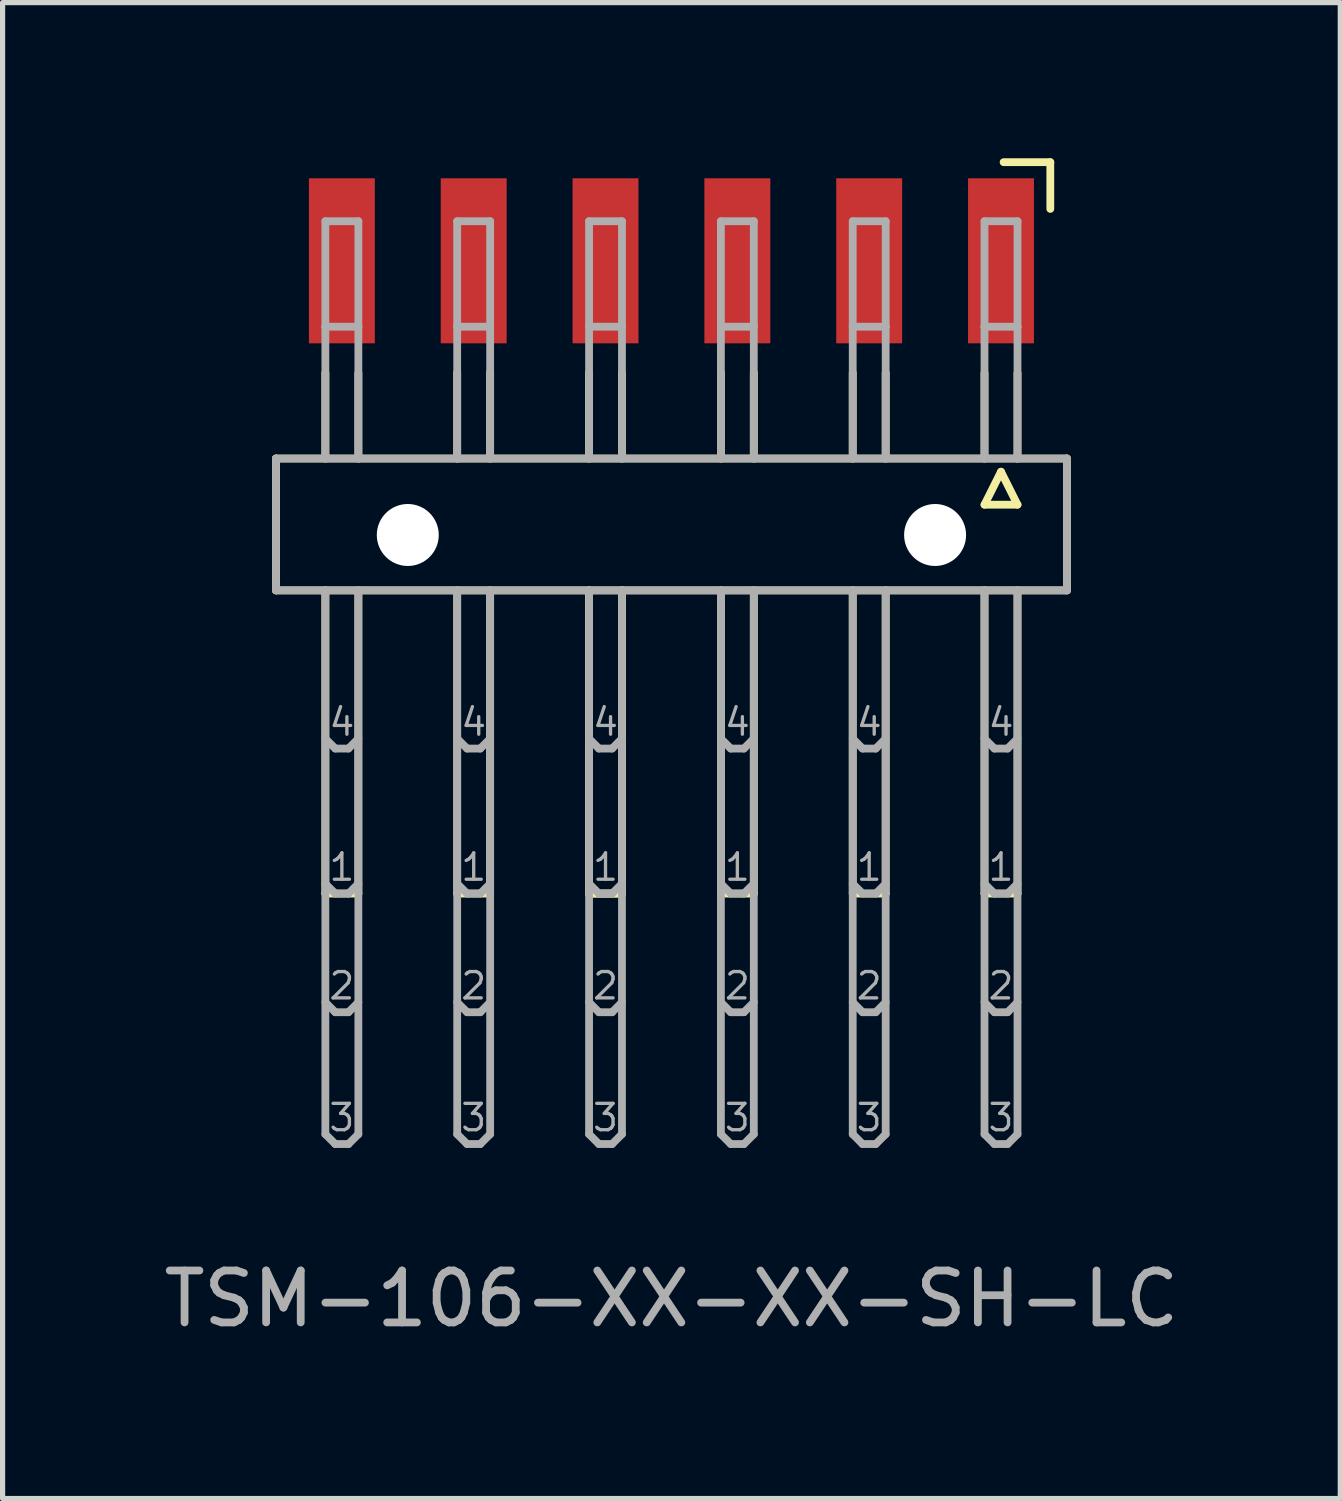
<source format=kicad_pcb>
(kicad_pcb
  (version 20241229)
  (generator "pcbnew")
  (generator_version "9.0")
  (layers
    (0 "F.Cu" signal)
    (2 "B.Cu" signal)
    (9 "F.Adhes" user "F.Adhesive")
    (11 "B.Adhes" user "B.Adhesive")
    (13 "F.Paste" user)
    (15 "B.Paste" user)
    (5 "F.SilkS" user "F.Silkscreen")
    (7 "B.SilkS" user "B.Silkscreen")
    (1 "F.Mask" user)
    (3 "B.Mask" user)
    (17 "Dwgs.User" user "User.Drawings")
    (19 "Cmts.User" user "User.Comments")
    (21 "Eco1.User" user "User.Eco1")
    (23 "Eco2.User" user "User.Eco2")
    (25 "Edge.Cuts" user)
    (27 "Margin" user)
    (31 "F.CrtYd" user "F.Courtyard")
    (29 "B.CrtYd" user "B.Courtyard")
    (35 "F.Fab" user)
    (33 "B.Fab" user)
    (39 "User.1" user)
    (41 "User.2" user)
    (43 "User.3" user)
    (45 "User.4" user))
  (footprint "TSM-106-XX-XX-SH-LC"
    (layer "F.Cu")
    (at 9.887 6.975)
    (property "Reference" "TSM-106-XX-XX-SH-LC" (at 0 15 0) (layer "F.Fab") (effects (font (size 1 1) (thickness 0.15))))
    (attr through_hole)
    (fp_line (start -7.62 -1.19) (end 7.62 -1.19) (stroke (width 0.15) (type solid)) (layer "F.SilkS"))
    (fp_line (start -7.62 1.35) (end -7.62 -1.19) (stroke (width 0.15) (type solid)) (layer "F.SilkS"))
    (fp_line (start -6.668 -1.19) (end -6.668 -2.841) (stroke (width 0.15) (type solid)) (layer "F.SilkS"))
    (fp_line (start -6.668 1.35) (end -6.668 7.192) (stroke (width 0.15) (type solid)) (layer "F.SilkS"))
    (fp_line (start -6.668 7.192) (end -6.032 7.192) (stroke (width 0.15) (type solid)) (layer "F.SilkS"))
    (fp_line (start -6.032 -2.841) (end -6.032 -1.19) (stroke (width 0.15) (type solid)) (layer "F.SilkS"))
    (fp_line (start -6.032 7.192) (end -6.032 1.35) (stroke (width 0.15) (type solid)) (layer "F.SilkS"))
    (fp_line (start -4.128 -2.841) (end -4.128 -1.19) (stroke (width 0.15) (type solid)) (layer "F.SilkS"))
    (fp_line (start -4.128 1.35) (end -4.128 7.192) (stroke (width 0.15) (type solid)) (layer "F.SilkS"))
    (fp_line (start -4.128 7.192) (end -3.493 7.192) (stroke (width 0.15) (type solid)) (layer "F.SilkS"))
    (fp_line (start -3.493 -2.841) (end -3.493 -1.19) (stroke (width 0.15) (type solid)) (layer "F.SilkS"))
    (fp_line (start -3.493 7.192) (end -3.493 1.35) (stroke (width 0.15) (type solid)) (layer "F.SilkS"))
    (fp_line (start -1.587 -2.841) (end -1.587 -1.19) (stroke (width 0.15) (type solid)) (layer "F.SilkS"))
    (fp_line (start -1.587 1.35) (end -1.587 7.192) (stroke (width 0.15) (type solid)) (layer "F.SilkS"))
    (fp_line (start -1.587 1.35) (end -1.587 7.192) (stroke (width 0.15) (type solid)) (layer "F.SilkS"))
    (fp_line (start -1.587 7.192) (end -0.953 7.192) (stroke (width 0.15) (type solid)) (layer "F.SilkS"))
    (fp_line (start -1.587 7.192) (end -0.953 7.192) (stroke (width 0.15) (type solid)) (layer "F.SilkS"))
    (fp_line (start -0.953 -1.19) (end -0.953 -2.841) (stroke (width 0.15) (type solid)) (layer "F.SilkS"))
    (fp_line (start -0.953 7.192) (end -0.953 1.35) (stroke (width 0.15) (type solid)) (layer "F.SilkS"))
    (fp_line (start -0.953 7.192) (end -0.953 1.35) (stroke (width 0.15) (type solid)) (layer "F.SilkS"))
    (fp_line (start 0.953 -2.841) (end 0.953 -1.19) (stroke (width 0.15) (type solid)) (layer "F.SilkS"))
    (fp_line (start 0.953 1.35) (end 0.953 7.192) (stroke (width 0.15) (type solid)) (layer "F.SilkS"))
    (fp_line (start 0.953 7.192) (end 1.587 7.192) (stroke (width 0.15) (type solid)) (layer "F.SilkS"))
    (fp_line (start 1.587 -1.19) (end 1.587 -2.841) (stroke (width 0.15) (type solid)) (layer "F.SilkS"))
    (fp_line (start 1.587 7.192) (end 1.587 1.35) (stroke (width 0.15) (type solid)) (layer "F.SilkS"))
    (fp_line (start 3.493 -2.841) (end 3.493 -1.19) (stroke (width 0.15) (type solid)) (layer "F.SilkS"))
    (fp_line (start 3.493 1.35) (end 3.493 7.192) (stroke (width 0.15) (type solid)) (layer "F.SilkS"))
    (fp_line (start 3.493 7.192) (end 4.128 7.192) (stroke (width 0.15) (type solid)) (layer "F.SilkS"))
    (fp_line (start 4.128 -1.19) (end 4.128 -2.841) (stroke (width 0.15) (type solid)) (layer "F.SilkS"))
    (fp_line (start 4.128 7.192) (end 4.128 1.35) (stroke (width 0.15) (type solid)) (layer "F.SilkS"))
    (fp_line (start 6.032 -2.841) (end 6.032 -1.19) (stroke (width 0.15) (type solid)) (layer "F.SilkS"))
    (fp_line (start 6.032 -0.301) (end 6.668 -0.301) (stroke (width 0.15) (type solid)) (layer "F.SilkS"))
    (fp_line (start 6.032 1.35) (end 6.032 7.192) (stroke (width 0.15) (type solid)) (layer "F.SilkS"))
    (fp_line (start 6.032 7.192) (end 6.668 7.192) (stroke (width 0.15) (type solid)) (layer "F.SilkS"))
    (fp_line (start 6.35 -0.936) (end 6.032 -0.301) (stroke (width 0.15) (type solid)) (layer "F.SilkS"))
    (fp_line (start 6.4 -6.9) (end 7.3 -6.9) (stroke (width 0.15) (type solid)) (layer "F.SilkS"))
    (fp_line (start 6.668 -1.19) (end 6.668 -2.841) (stroke (width 0.15) (type solid)) (layer "F.SilkS"))
    (fp_line (start 6.668 -0.301) (end 6.35 -0.936) (stroke (width 0.15) (type solid)) (layer "F.SilkS"))
    (fp_line (start 6.668 7.192) (end 6.668 1.35) (stroke (width 0.15) (type solid)) (layer "F.SilkS"))
    (fp_line (start 7.3 -6.9) (end 7.3 -6) (stroke (width 0.15) (type solid)) (layer "F.SilkS"))
    (fp_line (start 7.62 -1.19) (end 7.62 1.35) (stroke (width 0.15) (type solid)) (layer "F.SilkS"))
    (fp_line (start 7.62 1.35) (end -7.62 1.35) (stroke (width 0.15) (type solid)) (layer "F.SilkS"))
    (fp_line (start -7.62 -1.19) (end 7.62 -1.19) (stroke (width 0.15) (type solid)) (layer "F.Fab"))
    (fp_line (start -7.62 1.35) (end -7.62 -1.19) (stroke (width 0.15) (type solid)) (layer "F.Fab"))
    (fp_line (start -6.668 -5.762) (end -6.032 -5.762) (stroke (width 0.15) (type solid)) (layer "F.Fab"))
    (fp_line (start -6.668 -3.73) (end -6.668 -5.762) (stroke (width 0.15) (type solid)) (layer "F.Fab"))
    (fp_line (start -6.668 -3.73) (end -6.668 -1.19) (stroke (width 0.15) (type solid)) (layer "F.Fab"))
    (fp_line (start -6.668 1.35) (end -6.668 11.828) (stroke (width 0.15) (type solid)) (layer "F.Fab"))
    (fp_line (start -6.668 4.207) (end -6.477 4.398) (stroke (width 0.15) (type solid)) (layer "F.Fab"))
    (fp_line (start -6.668 7.002) (end -6.477 7.192) (stroke (width 0.15) (type solid)) (layer "F.Fab"))
    (fp_line (start -6.668 9.287) (end -6.477 9.478) (stroke (width 0.15) (type solid)) (layer "F.Fab"))
    (fp_line (start -6.668 11.828) (end -6.477 12.018) (stroke (width 0.15) (type solid)) (layer "F.Fab"))
    (fp_line (start -6.477 4.398) (end -6.223 4.398) (stroke (width 0.15) (type solid)) (layer "F.Fab"))
    (fp_line (start -6.477 7.192) (end -6.223 7.192) (stroke (width 0.15) (type solid)) (layer "F.Fab"))
    (fp_line (start -6.477 9.478) (end -6.223 9.478) (stroke (width 0.15) (type solid)) (layer "F.Fab"))
    (fp_line (start -6.477 12.018) (end -6.223 12.018) (stroke (width 0.15) (type solid)) (layer "F.Fab"))
    (fp_line (start -6.223 4.398) (end -6.032 4.207) (stroke (width 0.15) (type solid)) (layer "F.Fab"))
    (fp_line (start -6.223 7.192) (end -6.032 7.002) (stroke (width 0.15) (type solid)) (layer "F.Fab"))
    (fp_line (start -6.223 9.478) (end -6.032 9.287) (stroke (width 0.15) (type solid)) (layer "F.Fab"))
    (fp_line (start -6.223 12.018) (end -6.032 11.828) (stroke (width 0.15) (type solid)) (layer "F.Fab"))
    (fp_line (start -6.032 -5.762) (end -6.032 -3.73) (stroke (width 0.15) (type solid)) (layer "F.Fab"))
    (fp_line (start -6.032 -3.73) (end -6.668 -3.73) (stroke (width 0.15) (type solid)) (layer "F.Fab"))
    (fp_line (start -6.032 -3.73) (end -6.032 -1.19) (stroke (width 0.15) (type solid)) (layer "F.Fab"))
    (fp_line (start -6.032 11.828) (end -6.032 1.35) (stroke (width 0.15) (type solid)) (layer "F.Fab"))
    (fp_line (start -4.128 -5.762) (end -3.493 -5.762) (stroke (width 0.15) (type solid)) (layer "F.Fab"))
    (fp_line (start -4.128 -3.73) (end -4.128 -5.762) (stroke (width 0.15) (type solid)) (layer "F.Fab"))
    (fp_line (start -4.128 -3.73) (end -4.128 -1.19) (stroke (width 0.15) (type solid)) (layer "F.Fab"))
    (fp_line (start -4.128 1.35) (end -4.128 11.828) (stroke (width 0.15) (type solid)) (layer "F.Fab"))
    (fp_line (start -4.128 4.207) (end -3.937 4.398) (stroke (width 0.15) (type solid)) (layer "F.Fab"))
    (fp_line (start -4.128 7.002) (end -3.937 7.192) (stroke (width 0.15) (type solid)) (layer "F.Fab"))
    (fp_line (start -4.128 9.287) (end -3.937 9.478) (stroke (width 0.15) (type solid)) (layer "F.Fab"))
    (fp_line (start -4.128 11.828) (end -3.937 12.018) (stroke (width 0.15) (type solid)) (layer "F.Fab"))
    (fp_line (start -3.937 4.398) (end -3.683 4.398) (stroke (width 0.15) (type solid)) (layer "F.Fab"))
    (fp_line (start -3.937 7.192) (end -3.683 7.192) (stroke (width 0.15) (type solid)) (layer "F.Fab"))
    (fp_line (start -3.937 9.478) (end -3.683 9.478) (stroke (width 0.15) (type solid)) (layer "F.Fab"))
    (fp_line (start -3.937 12.018) (end -3.683 12.018) (stroke (width 0.15) (type solid)) (layer "F.Fab"))
    (fp_line (start -3.683 4.398) (end -3.493 4.207) (stroke (width 0.15) (type solid)) (layer "F.Fab"))
    (fp_line (start -3.683 7.192) (end -3.493 7.002) (stroke (width 0.15) (type solid)) (layer "F.Fab"))
    (fp_line (start -3.683 9.478) (end -3.493 9.287) (stroke (width 0.15) (type solid)) (layer "F.Fab"))
    (fp_line (start -3.683 12.018) (end -3.493 11.828) (stroke (width 0.15) (type solid)) (layer "F.Fab"))
    (fp_line (start -3.493 -5.762) (end -3.493 -3.73) (stroke (width 0.15) (type solid)) (layer "F.Fab"))
    (fp_line (start -3.493 -3.73) (end -4.128 -3.73) (stroke (width 0.15) (type solid)) (layer "F.Fab"))
    (fp_line (start -3.493 -3.73) (end -3.493 -1.19) (stroke (width 0.15) (type solid)) (layer "F.Fab"))
    (fp_line (start -3.493 11.828) (end -3.493 1.35) (stroke (width 0.15) (type solid)) (layer "F.Fab"))
    (fp_line (start -1.587 -5.762) (end -0.953 -5.762) (stroke (width 0.15) (type solid)) (layer "F.Fab"))
    (fp_line (start -1.587 -3.73) (end -1.587 -5.762) (stroke (width 0.15) (type solid)) (layer "F.Fab"))
    (fp_line (start -1.587 -3.73) (end -1.587 -1.19) (stroke (width 0.15) (type solid)) (layer "F.Fab"))
    (fp_line (start -1.587 1.35) (end -1.587 11.828) (stroke (width 0.15) (type solid)) (layer "F.Fab"))
    (fp_line (start -1.587 4.207) (end -1.397 4.398) (stroke (width 0.15) (type solid)) (layer "F.Fab"))
    (fp_line (start -1.587 7.002) (end -1.397 7.192) (stroke (width 0.15) (type solid)) (layer "F.Fab"))
    (fp_line (start -1.587 9.287) (end -1.397 9.478) (stroke (width 0.15) (type solid)) (layer "F.Fab"))
    (fp_line (start -1.587 11.828) (end -1.397 12.018) (stroke (width 0.15) (type solid)) (layer "F.Fab"))
    (fp_line (start -1.397 4.398) (end -1.143 4.398) (stroke (width 0.15) (type solid)) (layer "F.Fab"))
    (fp_line (start -1.397 7.192) (end -1.143 7.192) (stroke (width 0.15) (type solid)) (layer "F.Fab"))
    (fp_line (start -1.397 9.478) (end -1.143 9.478) (stroke (width 0.15) (type solid)) (layer "F.Fab"))
    (fp_line (start -1.397 12.018) (end -1.143 12.018) (stroke (width 0.15) (type solid)) (layer "F.Fab"))
    (fp_line (start -1.143 4.398) (end -0.953 4.207) (stroke (width 0.15) (type solid)) (layer "F.Fab"))
    (fp_line (start -1.143 7.192) (end -0.953 7.002) (stroke (width 0.15) (type solid)) (layer "F.Fab"))
    (fp_line (start -1.143 9.478) (end -0.953 9.287) (stroke (width 0.15) (type solid)) (layer "F.Fab"))
    (fp_line (start -1.143 12.018) (end -0.953 11.828) (stroke (width 0.15) (type solid)) (layer "F.Fab"))
    (fp_line (start -0.953 -5.762) (end -0.953 -3.73) (stroke (width 0.15) (type solid)) (layer "F.Fab"))
    (fp_line (start -0.953 -3.73) (end -1.587 -3.73) (stroke (width 0.15) (type solid)) (layer "F.Fab"))
    (fp_line (start -0.953 -3.73) (end -0.953 -1.19) (stroke (width 0.15) (type solid)) (layer "F.Fab"))
    (fp_line (start -0.953 11.828) (end -0.953 1.35) (stroke (width 0.15) (type solid)) (layer "F.Fab"))
    (fp_line (start 0.953 -5.762) (end 1.587 -5.762) (stroke (width 0.15) (type solid)) (layer "F.Fab"))
    (fp_line (start 0.953 -3.73) (end 0.953 -5.762) (stroke (width 0.15) (type solid)) (layer "F.Fab"))
    (fp_line (start 0.953 -3.73) (end 0.953 -1.19) (stroke (width 0.15) (type solid)) (layer "F.Fab"))
    (fp_line (start 0.953 1.35) (end 0.953 11.828) (stroke (width 0.15) (type solid)) (layer "F.Fab"))
    (fp_line (start 0.953 4.207) (end 1.143 4.398) (stroke (width 0.15) (type solid)) (layer "F.Fab"))
    (fp_line (start 0.953 7.002) (end 1.143 7.192) (stroke (width 0.15) (type solid)) (layer "F.Fab"))
    (fp_line (start 0.953 9.287) (end 1.143 9.478) (stroke (width 0.15) (type solid)) (layer "F.Fab"))
    (fp_line (start 0.953 11.828) (end 1.143 12.018) (stroke (width 0.15) (type solid)) (layer "F.Fab"))
    (fp_line (start 1.143 4.398) (end 1.397 4.398) (stroke (width 0.15) (type solid)) (layer "F.Fab"))
    (fp_line (start 1.143 7.192) (end 1.397 7.192) (stroke (width 0.15) (type solid)) (layer "F.Fab"))
    (fp_line (start 1.143 9.478) (end 1.397 9.478) (stroke (width 0.15) (type solid)) (layer "F.Fab"))
    (fp_line (start 1.143 12.018) (end 1.397 12.018) (stroke (width 0.15) (type solid)) (layer "F.Fab"))
    (fp_line (start 1.397 4.398) (end 1.587 4.207) (stroke (width 0.15) (type solid)) (layer "F.Fab"))
    (fp_line (start 1.397 7.192) (end 1.587 7.002) (stroke (width 0.15) (type solid)) (layer "F.Fab"))
    (fp_line (start 1.397 9.478) (end 1.587 9.287) (stroke (width 0.15) (type solid)) (layer "F.Fab"))
    (fp_line (start 1.397 12.018) (end 1.587 11.828) (stroke (width 0.15) (type solid)) (layer "F.Fab"))
    (fp_line (start 1.587 -5.762) (end 1.587 -3.73) (stroke (width 0.15) (type solid)) (layer "F.Fab"))
    (fp_line (start 1.587 -3.73) (end 0.953 -3.73) (stroke (width 0.15) (type solid)) (layer "F.Fab"))
    (fp_line (start 1.587 -3.73) (end 1.587 -1.19) (stroke (width 0.15) (type solid)) (layer "F.Fab"))
    (fp_line (start 1.587 11.828) (end 1.587 1.35) (stroke (width 0.15) (type solid)) (layer "F.Fab"))
    (fp_line (start 3.493 -5.762) (end 4.128 -5.762) (stroke (width 0.15) (type solid)) (layer "F.Fab"))
    (fp_line (start 3.493 -3.73) (end 3.493 -5.762) (stroke (width 0.15) (type solid)) (layer "F.Fab"))
    (fp_line (start 3.493 -3.73) (end 3.493 -1.19) (stroke (width 0.15) (type solid)) (layer "F.Fab"))
    (fp_line (start 3.493 1.35) (end 3.493 11.828) (stroke (width 0.15) (type solid)) (layer "F.Fab"))
    (fp_line (start 3.493 4.207) (end 3.683 4.398) (stroke (width 0.15) (type solid)) (layer "F.Fab"))
    (fp_line (start 3.493 7.002) (end 3.683 7.192) (stroke (width 0.15) (type solid)) (layer "F.Fab"))
    (fp_line (start 3.493 9.287) (end 3.683 9.478) (stroke (width 0.15) (type solid)) (layer "F.Fab"))
    (fp_line (start 3.493 11.828) (end 3.683 12.018) (stroke (width 0.15) (type solid)) (layer "F.Fab"))
    (fp_line (start 3.683 4.398) (end 3.937 4.398) (stroke (width 0.15) (type solid)) (layer "F.Fab"))
    (fp_line (start 3.683 7.192) (end 3.937 7.192) (stroke (width 0.15) (type solid)) (layer "F.Fab"))
    (fp_line (start 3.683 9.478) (end 3.937 9.478) (stroke (width 0.15) (type solid)) (layer "F.Fab"))
    (fp_line (start 3.683 12.018) (end 3.937 12.018) (stroke (width 0.15) (type solid)) (layer "F.Fab"))
    (fp_line (start 3.937 4.398) (end 4.128 4.207) (stroke (width 0.15) (type solid)) (layer "F.Fab"))
    (fp_line (start 3.937 7.192) (end 4.128 7.002) (stroke (width 0.15) (type solid)) (layer "F.Fab"))
    (fp_line (start 3.937 9.478) (end 4.128 9.287) (stroke (width 0.15) (type solid)) (layer "F.Fab"))
    (fp_line (start 3.937 12.018) (end 4.128 11.828) (stroke (width 0.15) (type solid)) (layer "F.Fab"))
    (fp_line (start 4.128 -5.762) (end 4.128 -3.73) (stroke (width 0.15) (type solid)) (layer "F.Fab"))
    (fp_line (start 4.128 -3.73) (end 3.493 -3.73) (stroke (width 0.15) (type solid)) (layer "F.Fab"))
    (fp_line (start 4.128 -3.73) (end 4.128 -1.19) (stroke (width 0.15) (type solid)) (layer "F.Fab"))
    (fp_line (start 4.128 11.828) (end 4.128 1.35) (stroke (width 0.15) (type solid)) (layer "F.Fab"))
    (fp_line (start 6.032 -5.762) (end 6.668 -5.762) (stroke (width 0.15) (type solid)) (layer "F.Fab"))
    (fp_line (start 6.032 -3.73) (end 6.032 -5.762) (stroke (width 0.15) (type solid)) (layer "F.Fab"))
    (fp_line (start 6.032 -3.73) (end 6.032 -1.19) (stroke (width 0.15) (type solid)) (layer "F.Fab"))
    (fp_line (start 6.032 1.35) (end 6.032 11.828) (stroke (width 0.15) (type solid)) (layer "F.Fab"))
    (fp_line (start 6.032 4.207) (end 6.223 4.398) (stroke (width 0.15) (type solid)) (layer "F.Fab"))
    (fp_line (start 6.032 7.002) (end 6.223 7.192) (stroke (width 0.15) (type solid)) (layer "F.Fab"))
    (fp_line (start 6.032 9.287) (end 6.223 9.478) (stroke (width 0.15) (type solid)) (layer "F.Fab"))
    (fp_line (start 6.032 11.828) (end 6.223 12.018) (stroke (width 0.15) (type solid)) (layer "F.Fab"))
    (fp_line (start 6.223 4.398) (end 6.477 4.398) (stroke (width 0.15) (type solid)) (layer "F.Fab"))
    (fp_line (start 6.223 7.192) (end 6.477 7.192) (stroke (width 0.15) (type solid)) (layer "F.Fab"))
    (fp_line (start 6.223 9.478) (end 6.477 9.478) (stroke (width 0.15) (type solid)) (layer "F.Fab"))
    (fp_line (start 6.223 12.018) (end 6.477 12.018) (stroke (width 0.15) (type solid)) (layer "F.Fab"))
    (fp_line (start 6.477 4.398) (end 6.668 4.207) (stroke (width 0.15) (type solid)) (layer "F.Fab"))
    (fp_line (start 6.477 7.192) (end 6.668 7.002) (stroke (width 0.15) (type solid)) (layer "F.Fab"))
    (fp_line (start 6.477 9.478) (end 6.668 9.287) (stroke (width 0.15) (type solid)) (layer "F.Fab"))
    (fp_line (start 6.477 12.018) (end 6.668 11.828) (stroke (width 0.15) (type solid)) (layer "F.Fab"))
    (fp_line (start 6.668 -5.762) (end 6.668 -3.73) (stroke (width 0.15) (type solid)) (layer "F.Fab"))
    (fp_line (start 6.668 -3.73) (end 6.032 -3.73) (stroke (width 0.15) (type solid)) (layer "F.Fab"))
    (fp_line (start 6.668 -3.73) (end 6.668 -1.19) (stroke (width 0.15) (type solid)) (layer "F.Fab"))
    (fp_line (start 6.668 11.828) (end 6.668 1.35) (stroke (width 0.15) (type solid)) (layer "F.Fab"))
    (fp_line (start 7.62 -1.19) (end 7.62 1.35) (stroke (width 0.15) (type solid)) (layer "F.Fab"))
    (fp_line (start 7.62 1.35) (end -7.62 1.35) (stroke (width 0.15) (type solid)) (layer "F.Fab"))
    (fp_text user "3" (at -3.81 11.51 0) (layer "F.Fab") (effects (font (size 0.508 0.508) (thickness 0.064))))
    (fp_text user "4" (at -1.27 3.89 0) (layer "F.Fab") (effects (font (size 0.508 0.508) (thickness 0.064))))
    (fp_text user "3" (at 1.27 11.51 0) (layer "F.Fab") (effects (font (size 0.508 0.508) (thickness 0.064))))
    (fp_text user "3" (at 3.81 11.51 0) (layer "F.Fab") (effects (font (size 0.508 0.508) (thickness 0.064))))
    (fp_text user "2" (at 3.81 8.97 0) (layer "F.Fab") (effects (font (size 0.508 0.508) (thickness 0.064))))
    (fp_text user "4" (at 3.81 3.89 0) (layer "F.Fab") (effects (font (size 0.508 0.508) (thickness 0.064))))
    (fp_text user "1" (at 1.27 6.684 0) (layer "F.Fab") (effects (font (size 0.508 0.508) (thickness 0.064))))
    (fp_text user "2" (at -1.27 8.97 0) (layer "F.Fab") (effects (font (size 0.508 0.508) (thickness 0.064))))
    (fp_text user "3" (at -1.27 11.51 0) (layer "F.Fab") (effects (font (size 0.508 0.508) (thickness 0.064))))
    (fp_text user "2" (at 1.27 8.97 0) (layer "F.Fab") (effects (font (size 0.508 0.508) (thickness 0.064))))
    (fp_text user "4" (at 1.27 3.89 0) (layer "F.Fab") (effects (font (size 0.508 0.508) (thickness 0.064))))
    (fp_text user "1" (at 6.35 6.684 0) (layer "F.Fab") (effects (font (size 0.508 0.508) (thickness 0.064))))
    (fp_text user "1" (at -1.27 6.684 0) (layer "F.Fab") (effects (font (size 0.508 0.508) (thickness 0.064))))
    (fp_text user "3" (at 6.35 11.51 0) (layer "F.Fab") (effects (font (size 0.508 0.508) (thickness 0.064))))
    (fp_text user "4" (at -6.35 3.89 0) (layer "F.Fab") (effects (font (size 0.508 0.508) (thickness 0.064))))
    (fp_text user "4" (at -3.81 3.89 0) (layer "F.Fab") (effects (font (size 0.508 0.508) (thickness 0.064))))
    (fp_text user "2" (at -3.81 8.97 0) (layer "F.Fab") (effects (font (size 0.508 0.508) (thickness 0.064))))
    (fp_text user "1" (at 3.81 6.684 0) (layer "F.Fab") (effects (font (size 0.508 0.508) (thickness 0.064))))
    (fp_text user "4" (at 6.35 3.89 0) (layer "F.Fab") (effects (font (size 0.508 0.508) (thickness 0.064))))
    (fp_text user "1" (at -6.35 6.684 0) (layer "F.Fab") (effects (font (size 0.508 0.508) (thickness 0.064))))
    (fp_text user "3" (at -6.35 11.51 0) (layer "F.Fab") (effects (font (size 0.508 0.508) (thickness 0.064))))
    (fp_text user "2" (at -6.35 8.97 0) (layer "F.Fab") (effects (font (size 0.508 0.508) (thickness 0.064))))
    (fp_text user "1" (at -3.81 6.684 0) (layer "F.Fab") (effects (font (size 0.508 0.508) (thickness 0.064))))
    (fp_text user "2" (at 6.35 8.97 0) (layer "F.Fab") (effects (font (size 0.508 0.508) (thickness 0.064))))
    (pad "" np_thru_hole circle (at -5.08 0.283) (size 1.194 1.194) (drill 1.194) (layers "*.Cu"))
    (pad "" np_thru_hole circle (at 5.08 0.283) (size 1.194 1.194) (drill 1.194) (layers "*.Cu"))
    (pad "1" smd rect (at 6.35 -5) (size 1.27 3.18) (layers "F.Cu" "F.Mask" "F.Paste"))
    (pad "2" smd rect (at 3.81 -5) (size 1.27 3.18) (layers "F.Cu" "F.Mask" "F.Paste"))
    (pad "3" smd rect (at 1.27 -5) (size 1.27 3.18) (layers "F.Cu" "F.Mask" "F.Paste"))
    (pad "4" smd rect (at -1.27 -5) (size 1.27 3.18) (layers "F.Cu" "F.Mask" "F.Paste"))
    (pad "5" smd rect (at -3.81 -5) (size 1.27 3.18) (layers "F.Cu" "F.Mask" "F.Paste"))
    (pad "6" smd rect (at -6.35 -5) (size 1.27 3.18) (layers "F.Cu" "F.Mask" "F.Paste")))
  (gr_rect
    (start -3 -3)
    (end 22.774 25.823)
    (stroke (width 0.1) (type default))
    (fill no)
    (layer "Edge.Cuts")))
</source>
